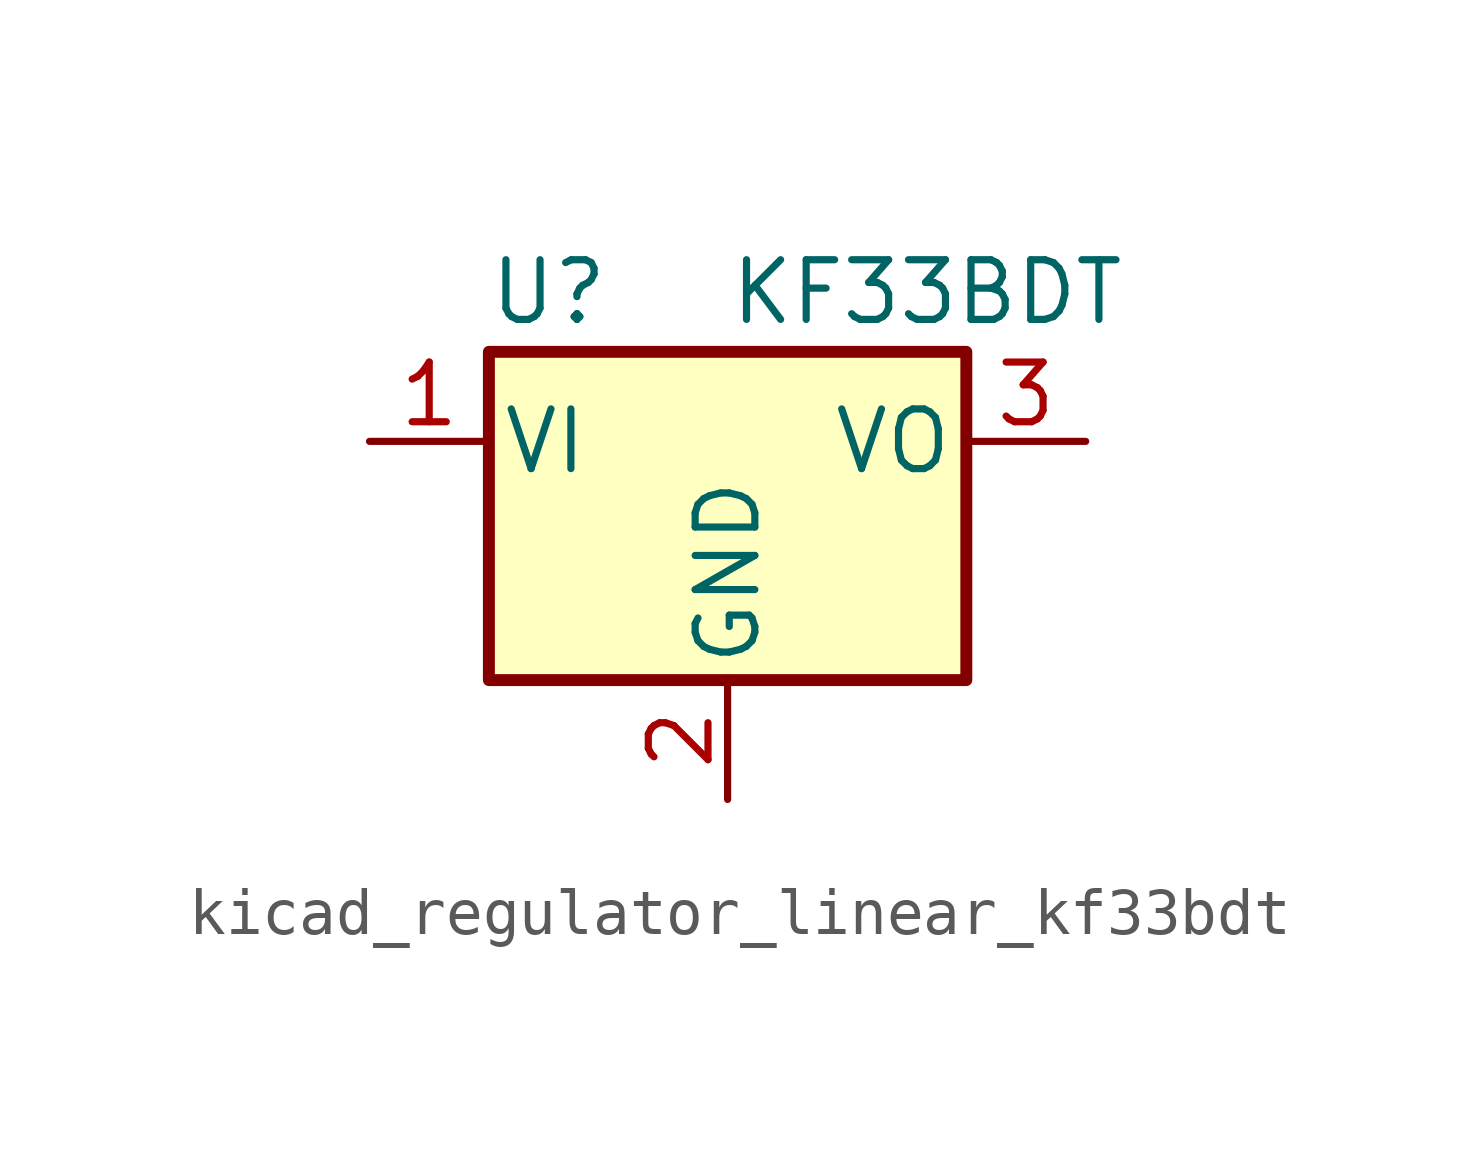
<source format=kicad_sym>
(kicad_symbol_lib
  (version 20220914)
  (generator kicad_symbol_editor)
  (symbol "kicad_regulator_linear_kf33bdt"
    (pin_names
      (offset 0.254))
    (property "Reference" "U"
      (at -3.81 3.175 0)
      (effects (font (size 1.27 1.27))))
    (property "Value" "KF33BDT"
      (at 0 3.175 0)
      (effects (font (size 1.27 1.27)) (justify left)))
    (symbol "kicad_regulator_linear_kf33bdt_0_1"
      (rectangle (start -5.08 1.905) (end 5.08 -5.08) (stroke (width 0.254) (type default)) (fill (type background))))
    (symbol "kicad_regulator_linear_kf33bdt_1_1"
      (pin power_in line (at -7.62 0 0) (length 2.54) (name "VI" (effects (font (size 1.27 1.27)))) (number "1" (effects (font (size 1.27 1.27)))))
      (pin power_in line (at 0 -7.62 90) (length 2.54) (name "GND" (effects (font (size 1.27 1.27)))) (number "2" (effects (font (size 1.27 1.27)))))
      (pin power_out line (at 7.62 0 180) (length 2.54) (name "VO" (effects (font (size 1.27 1.27)))) (number "3" (effects (font (size 1.27 1.27))))))))
</source>
